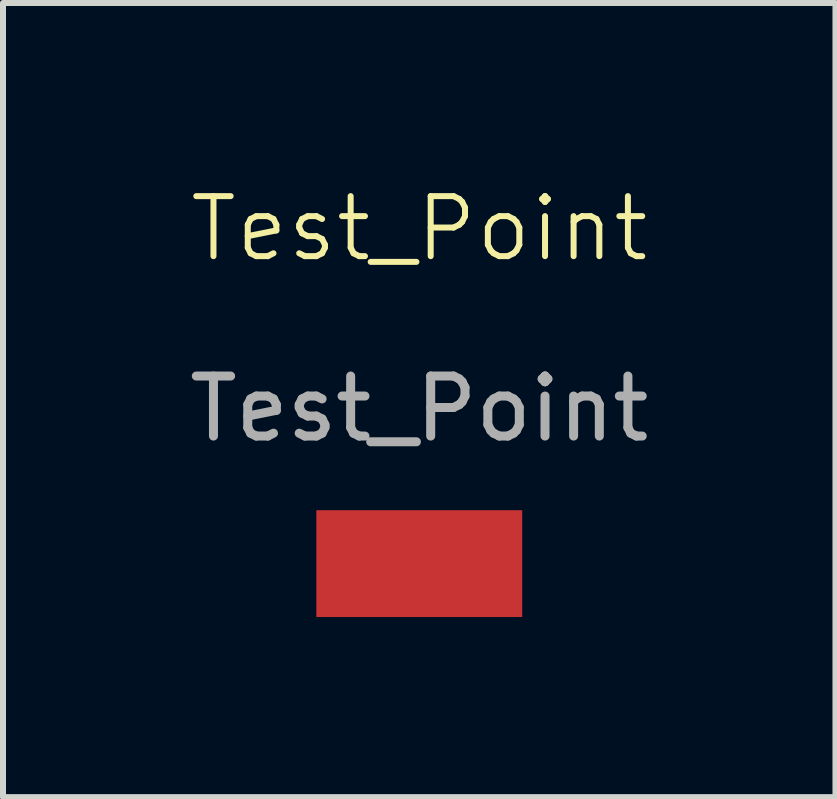
<source format=kicad_pcb>
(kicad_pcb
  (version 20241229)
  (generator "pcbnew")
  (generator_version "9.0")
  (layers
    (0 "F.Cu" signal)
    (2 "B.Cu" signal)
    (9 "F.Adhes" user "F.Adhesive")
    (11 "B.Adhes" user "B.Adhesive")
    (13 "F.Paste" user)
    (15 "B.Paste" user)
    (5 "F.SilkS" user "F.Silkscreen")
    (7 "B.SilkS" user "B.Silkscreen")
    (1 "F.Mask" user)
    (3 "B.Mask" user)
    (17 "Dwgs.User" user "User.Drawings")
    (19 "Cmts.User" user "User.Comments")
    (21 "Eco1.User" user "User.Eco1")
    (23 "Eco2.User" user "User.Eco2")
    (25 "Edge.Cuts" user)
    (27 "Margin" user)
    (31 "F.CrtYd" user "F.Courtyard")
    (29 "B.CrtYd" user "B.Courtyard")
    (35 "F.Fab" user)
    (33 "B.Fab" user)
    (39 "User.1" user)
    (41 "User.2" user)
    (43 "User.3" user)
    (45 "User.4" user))
  (footprint "Test_Point"
    (layer "F.Cu")
    (at 3.935 1.26)
    (property "Reference" "Test_Point" (at 0 -0.5 0) (unlocked yes) (layer "F.SilkS") (effects (font (size 1 1) (thickness 0.1))))
    (attr through_hole)
    (fp_text user "${REFERENCE}" (at 0 2.5 0) (unlocked yes) (layer "F.Fab") (effects (font (size 1 1) (thickness 0.15))))
    (pad "1" smd rect (at 0 5.08) (size 3.43 1.78) (layers "F.Cu" "F.Mask" "F.Paste")))
  (gr_rect
    (start -3 -3)
    (end 10.869 10.23)
    (stroke (width 0.1) (type default))
    (fill no)
    (layer "Edge.Cuts")))
</source>
